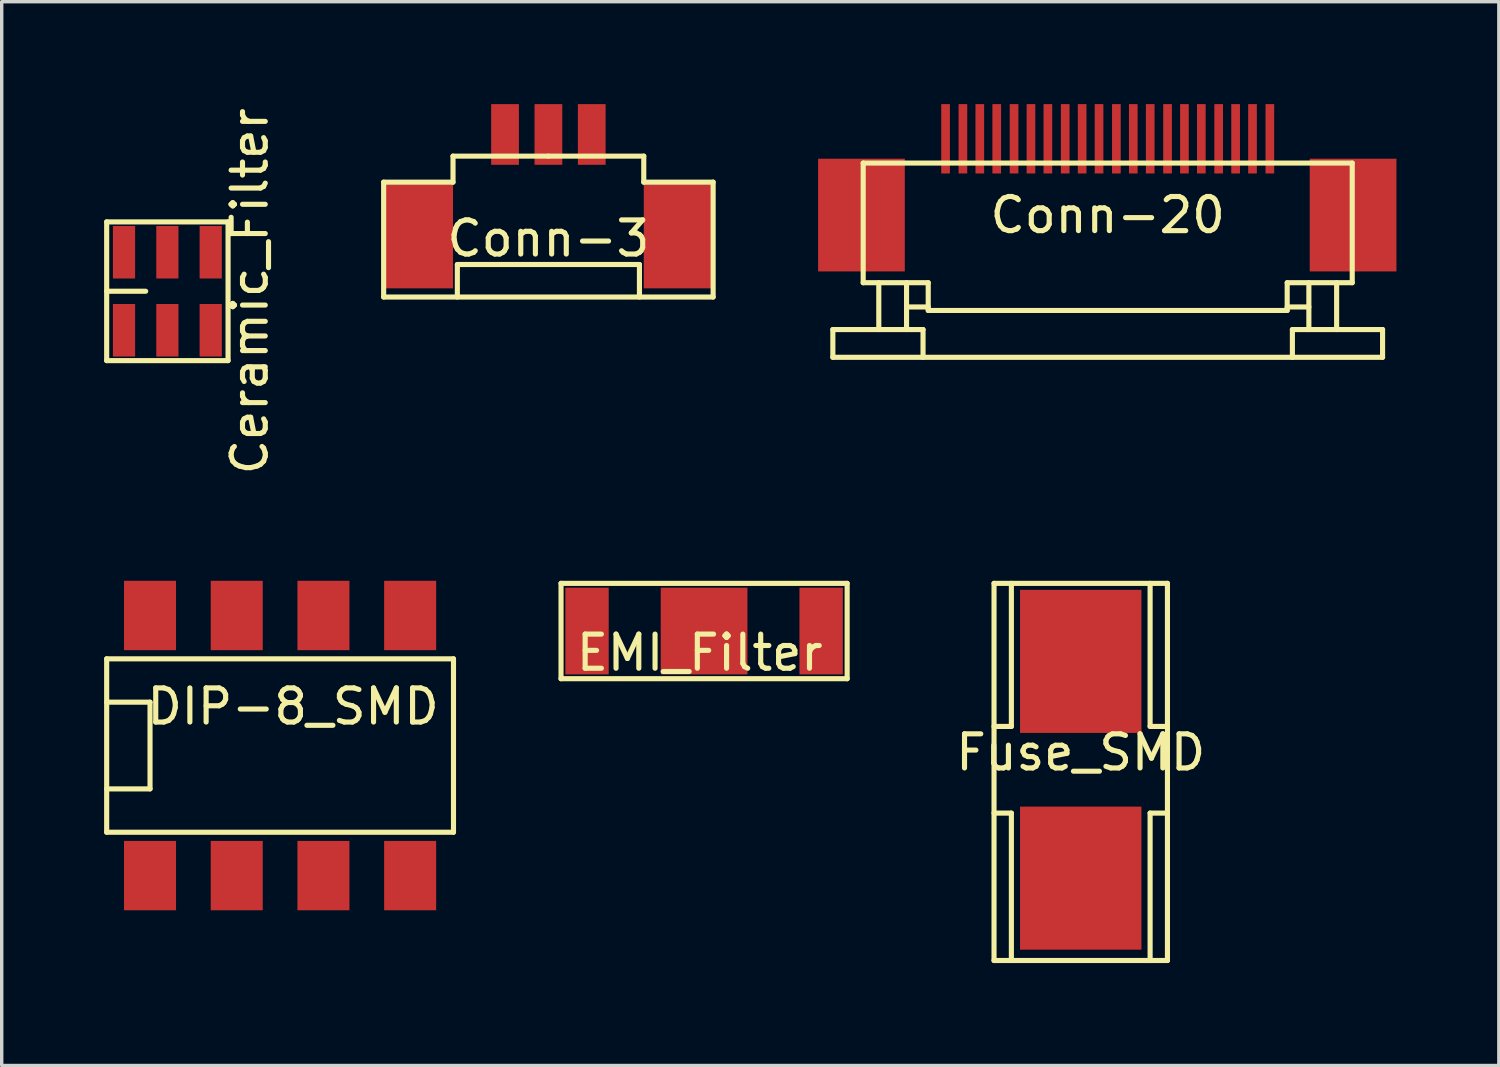
<source format=kicad_pcb>
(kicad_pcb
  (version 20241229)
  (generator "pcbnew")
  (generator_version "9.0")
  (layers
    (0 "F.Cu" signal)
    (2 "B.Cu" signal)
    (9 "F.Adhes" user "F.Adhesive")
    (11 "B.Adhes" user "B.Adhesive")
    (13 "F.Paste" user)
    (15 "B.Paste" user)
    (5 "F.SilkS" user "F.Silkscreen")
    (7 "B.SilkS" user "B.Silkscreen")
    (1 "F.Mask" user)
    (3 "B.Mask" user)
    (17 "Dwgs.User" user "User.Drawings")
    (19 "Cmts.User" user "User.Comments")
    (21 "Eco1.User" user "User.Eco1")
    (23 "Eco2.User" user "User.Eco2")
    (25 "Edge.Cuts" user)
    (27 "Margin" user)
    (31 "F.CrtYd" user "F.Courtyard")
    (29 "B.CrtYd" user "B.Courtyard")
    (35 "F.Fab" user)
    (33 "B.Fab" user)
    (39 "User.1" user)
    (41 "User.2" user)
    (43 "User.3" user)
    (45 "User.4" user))
  (footprint "Fuse_SMD"
    (layer "F.Cu")
    (at 28.61 19.5)
    (property "Reference" "Fuse_SMD" (at 0 -0.508 0) (layer "F.SilkS") (effects (font (size 1 1) (thickness 0.15))))
    (attr smd)
    (fp_line (start -2.54 -5.461) (end -2.54 5.588) (stroke (width 0.15) (type solid)) (layer "F.SilkS"))
    (fp_line (start -2.54 -5.461) (end 2.54 -5.461) (stroke (width 0.15) (type solid)) (layer "F.SilkS"))
    (fp_line (start -2.032 -5.461) (end -2.032 -1.27) (stroke (width 0.15) (type solid)) (layer "F.SilkS"))
    (fp_line (start -2.032 -1.27) (end -2.54 -1.27) (stroke (width 0.15) (type solid)) (layer "F.SilkS"))
    (fp_line (start -2.032 1.27) (end -2.54 1.27) (stroke (width 0.15) (type solid)) (layer "F.SilkS"))
    (fp_line (start -2.032 5.588) (end -2.032 1.27) (stroke (width 0.15) (type solid)) (layer "F.SilkS"))
    (fp_line (start 2.032 -5.461) (end 2.032 -1.27) (stroke (width 0.15) (type solid)) (layer "F.SilkS"))
    (fp_line (start 2.032 -1.27) (end 2.54 -1.27) (stroke (width 0.15) (type solid)) (layer "F.SilkS"))
    (fp_line (start 2.032 1.27) (end 2.54 1.27) (stroke (width 0.15) (type solid)) (layer "F.SilkS"))
    (fp_line (start 2.032 5.588) (end 2.032 1.27) (stroke (width 0.15) (type solid)) (layer "F.SilkS"))
    (fp_line (start 2.54 5.588) (end -2.54 5.588) (stroke (width 0.15) (type solid)) (layer "F.SilkS"))
    (fp_line (start 2.54 5.588) (end 2.54 -5.461) (stroke (width 0.15) (type solid)) (layer "F.SilkS"))
    (pad "1" smd rect (at 0 -3.175) (size 3.556 4.191) (layers "F.Cu" "F.Mask" "F.Paste"))
    (pad "2" smd rect (at 0 3.175) (size 3.556 4.191) (layers "F.Cu" "F.Mask" "F.Paste")))
  (footprint "EMI_Filter"
    (layer "F.Cu")
    (at 17.576 15.436)
    (property "Reference" "EMI_Filter" (at -0.127 0.635 0) (layer "F.SilkS") (effects (font (size 1 1) (thickness 0.15))))
    (attr smd)
    (fp_line (start -4.191 -1.397) (end -4.191 1.397) (stroke (width 0.15) (type solid)) (layer "F.SilkS"))
    (fp_line (start -4.191 1.397) (end 4.191 1.397) (stroke (width 0.15) (type solid)) (layer "F.SilkS"))
    (fp_line (start 4.191 -1.397) (end -4.191 -1.397) (stroke (width 0.15) (type solid)) (layer "F.SilkS"))
    (fp_line (start 4.191 1.397) (end 4.191 -1.397) (stroke (width 0.15) (type solid)) (layer "F.SilkS"))
    (pad "GND" smd rect (at 0 0) (size 2.54 2.54) (layers "F.Cu" "F.Mask" "F.Paste"))
    (pad "VI" smd rect (at -3.429 0) (size 1.27 2.54) (layers "F.Cu" "F.Mask" "F.Paste"))
    (pad "VO" smd rect (at 3.429 0) (size 1.27 2.54) (layers "F.Cu" "F.Mask" "F.Paste")))
  (footprint "DIP-8_SMD"
    (layer "F.Cu")
    (at 5.155 18.79)
    (property "Reference" "DIP-8_SMD" (at 0.381 -1.143 0) (layer "F.SilkS") (effects (font (size 1 1) (thickness 0.15))))
    (attr smd)
    (fp_line (start -5.08 -2.54) (end -5.08 2.54) (stroke (width 0.15) (type solid)) (layer "F.SilkS"))
    (fp_line (start -5.08 -1.27) (end -3.81 -1.27) (stroke (width 0.15) (type solid)) (layer "F.SilkS"))
    (fp_line (start -5.08 2.54) (end 5.08 2.54) (stroke (width 0.15) (type solid)) (layer "F.SilkS"))
    (fp_line (start -3.81 -1.27) (end -3.81 1.27) (stroke (width 0.15) (type solid)) (layer "F.SilkS"))
    (fp_line (start -3.81 1.27) (end -5.08 1.27) (stroke (width 0.15) (type solid)) (layer "F.SilkS"))
    (fp_line (start 5.08 -2.54) (end -5.08 -2.54) (stroke (width 0.15) (type solid)) (layer "F.SilkS"))
    (fp_line (start 5.08 2.54) (end 5.08 -2.54) (stroke (width 0.15) (type solid)) (layer "F.SilkS"))
    (pad "1" smd rect (at -3.81 3.81) (size 1.524 2.032) (layers "F.Cu" "F.Mask" "F.Paste"))
    (pad "2" smd rect (at -1.27 3.81) (size 1.524 2.032) (layers "F.Cu" "F.Mask" "F.Paste"))
    (pad "3" smd rect (at 1.27 3.81) (size 1.524 2.032) (layers "F.Cu" "F.Mask" "F.Paste"))
    (pad "4" smd rect (at 3.81 3.81) (size 1.524 2.032) (layers "F.Cu" "F.Mask" "F.Paste"))
    (pad "5" smd rect (at 3.81 -3.81) (size 1.524 2.032) (layers "F.Cu" "F.Mask" "F.Paste"))
    (pad "6" smd rect (at 1.27 -3.81) (size 1.524 2.032) (layers "F.Cu" "F.Mask" "F.Paste"))
    (pad "7" smd rect (at -1.27 -3.81) (size 1.524 2.032) (layers "F.Cu" "F.Mask" "F.Paste"))
    (pad "8" smd rect (at -3.81 -3.81) (size 1.524 2.032) (layers "F.Cu" "F.Mask" "F.Paste")))
  (footprint "Ceramic_Filter"
    (layer "F.Cu")
    (at 1.853 5.482)
    (property "Reference" "Ceramic_Filter" (at 2.413 0 90) (layer "F.SilkS") (effects (font (size 1 1) (thickness 0.15))))
    (attr smd)
    (fp_line (start -1.778 -2.032) (end 1.778 -2.032) (stroke (width 0.15) (type solid)) (layer "F.SilkS"))
    (fp_line (start -1.778 0) (end -0.635 0) (stroke (width 0.15) (type solid)) (layer "F.SilkS"))
    (fp_line (start -1.778 2.032) (end -1.778 -2.032) (stroke (width 0.15) (type solid)) (layer "F.SilkS"))
    (fp_line (start 1.778 -2.032) (end 1.778 2.032) (stroke (width 0.15) (type solid)) (layer "F.SilkS"))
    (fp_line (start 1.778 2.032) (end -1.778 2.032) (stroke (width 0.15) (type solid)) (layer "F.SilkS"))
    (pad "1" smd rect (at -1.27 1.143) (size 0.65 1.539) (layers "F.Cu" "F.Mask" "F.Paste"))
    (pad "2" smd rect (at 0 1.143) (size 0.65 1.539) (layers "F.Cu" "F.Mask" "F.Paste"))
    (pad "3" smd rect (at 1.27 1.143) (size 0.65 1.539) (layers "F.Cu" "F.Mask" "F.Paste"))
    (pad "4" smd rect (at 1.27 -1.143) (size 0.65 1.539) (layers "F.Cu" "F.Mask" "F.Paste"))
    (pad "5" smd rect (at 0 -1.143) (size 0.65 1.539) (layers "F.Cu" "F.Mask" "F.Paste"))
    (pad "6" smd rect (at -1.27 -1.143) (size 0.65 1.539) (layers "F.Cu" "F.Mask" "F.Paste")))
  (footprint "Conn-3"
    (layer "F.Cu")
    (at 13.015 4.318)
    (property "Reference" "Conn-3" (at 0 -0.381 0) (layer "F.SilkS") (effects (font (size 1 1) (thickness 0.15))))
    (attr smd)
    (fp_line (start -4.826 -2.032) (end -2.794 -2.032) (stroke (width 0.15) (type solid)) (layer "F.SilkS"))
    (fp_line (start -4.826 1.333) (end -4.826 -2.032) (stroke (width 0.15) (type solid)) (layer "F.SilkS"))
    (fp_line (start -2.794 -2.794) (end 0 -2.794) (stroke (width 0.15) (type solid)) (layer "F.SilkS"))
    (fp_line (start -2.794 -2.032) (end -2.794 -2.794) (stroke (width 0.15) (type solid)) (layer "F.SilkS"))
    (fp_line (start -2.667 0.381) (end -2.667 1.333) (stroke (width 0.15) (type solid)) (layer "F.SilkS"))
    (fp_line (start 0 -2.794) (end 2.794 -2.794) (stroke (width 0.15) (type solid)) (layer "F.SilkS"))
    (fp_line (start 2.667 0.381) (end -2.667 0.381) (stroke (width 0.15) (type solid)) (layer "F.SilkS"))
    (fp_line (start 2.667 1.333) (end 2.667 0.381) (stroke (width 0.15) (type solid)) (layer "F.SilkS"))
    (fp_line (start 2.794 -2.794) (end 2.794 -2.032) (stroke (width 0.15) (type solid)) (layer "F.SilkS"))
    (fp_line (start 2.794 -2.032) (end 4.826 -2.032) (stroke (width 0.15) (type solid)) (layer "F.SilkS"))
    (fp_line (start 4.826 -2.032) (end 4.826 1.333) (stroke (width 0.15) (type solid)) (layer "F.SilkS"))
    (fp_line (start 4.826 1.333) (end -4.826 1.333) (stroke (width 0.15) (type solid)) (layer "F.SilkS"))
    (pad "" smd rect (at -3.81 -0.445) (size 2.032 3.048) (layers "F.Cu" "F.Mask" "F.Paste"))
    (pad "" smd rect (at 3.81 -0.445) (size 2.032 3.048) (layers "F.Cu" "F.Mask" "F.Paste"))
    (pad "1" smd rect (at -1.27 -3.429) (size 0.813 1.778) (layers "F.Cu" "F.Mask" "F.Paste"))
    (pad "2" smd rect (at 0 -3.429) (size 0.813 1.778) (layers "F.Cu" "F.Mask" "F.Paste"))
    (pad "3" smd rect (at 1.27 -3.429) (size 0.813 1.778) (layers "F.Cu" "F.Mask" "F.Paste")))
  (footprint "Conn-20"
    (layer "F.Cu")
    (at 29.4 4.267)
    (property "Reference" "Conn-20" (at 0 -1.016 0) (layer "F.SilkS") (effects (font (size 1 1) (thickness 0.15))))
    (attr smd)
    (fp_line (start -8.052 2.337) (end -5.41 2.337) (stroke (width 0.15) (type solid)) (layer "F.SilkS"))
    (fp_line (start -8.052 3.15) (end -8.052 2.337) (stroke (width 0.15) (type solid)) (layer "F.SilkS"))
    (fp_line (start -8.052 3.15) (end 8.052 3.15) (stroke (width 0.15) (type solid)) (layer "F.SilkS"))
    (fp_line (start -7.163 -2.54) (end -7.163 0.965) (stroke (width 0.15) (type solid)) (layer "F.SilkS"))
    (fp_line (start -7.163 -2.54) (end 7.163 -2.54) (stroke (width 0.15) (type solid)) (layer "F.SilkS"))
    (fp_line (start -7.163 0.965) (end -5.258 0.965) (stroke (width 0.15) (type solid)) (layer "F.SilkS"))
    (fp_line (start -6.706 0.965) (end -6.706 2.337) (stroke (width 0.15) (type solid)) (layer "F.SilkS"))
    (fp_line (start -5.893 0.965) (end -5.893 2.337) (stroke (width 0.15) (type solid)) (layer "F.SilkS"))
    (fp_line (start -5.41 2.337) (end -5.41 3.15) (stroke (width 0.15) (type solid)) (layer "F.SilkS"))
    (fp_line (start -5.258 0.965) (end -5.258 1.778) (stroke (width 0.15) (type solid)) (layer "F.SilkS"))
    (fp_line (start -5.258 1.676) (end -5.893 1.676) (stroke (width 0.15) (type solid)) (layer "F.SilkS"))
    (fp_line (start -5.258 1.778) (end 5.258 1.778) (stroke (width 0.15) (type solid)) (layer "F.SilkS"))
    (fp_line (start 5.258 0.965) (end 7.163 0.965) (stroke (width 0.15) (type solid)) (layer "F.SilkS"))
    (fp_line (start 5.258 1.676) (end 5.893 1.676) (stroke (width 0.15) (type solid)) (layer "F.SilkS"))
    (fp_line (start 5.258 1.778) (end 5.258 0.965) (stroke (width 0.15) (type solid)) (layer "F.SilkS"))
    (fp_line (start 5.41 2.337) (end 5.41 3.15) (stroke (width 0.15) (type solid)) (layer "F.SilkS"))
    (fp_line (start 5.893 0.965) (end 5.893 2.337) (stroke (width 0.15) (type solid)) (layer "F.SilkS"))
    (fp_line (start 6.706 0.965) (end 6.706 2.337) (stroke (width 0.15) (type solid)) (layer "F.SilkS"))
    (fp_line (start 7.163 0.965) (end 7.163 -2.54) (stroke (width 0.15) (type solid)) (layer "F.SilkS"))
    (fp_line (start 8.052 2.337) (end 5.41 2.337) (stroke (width 0.15) (type solid)) (layer "F.SilkS"))
    (fp_line (start 8.052 3.15) (end 8.052 2.337) (stroke (width 0.15) (type solid)) (layer "F.SilkS"))
    (pad "" smd rect (at -7.214 -1.016) (size 2.54 3.302) (layers "F.Cu" "F.Mask" "F.Paste"))
    (pad "" smd rect (at 7.188 -1.016) (size 2.54 3.302) (layers "F.Cu" "F.Mask" "F.Paste"))
    (pad "1" smd rect (at -4.75 -3.251) (size 0.254 2.032) (layers "F.Cu" "F.Mask" "F.Paste"))
    (pad "2" smd rect (at -4.242 -3.251) (size 0.254 2.032) (layers "F.Cu" "F.Mask" "F.Paste"))
    (pad "3" smd rect (at -3.747 -3.251) (size 0.254 2.032) (layers "F.Cu" "F.Mask" "F.Paste"))
    (pad "4" smd rect (at -3.251 -3.251) (size 0.254 2.032) (layers "F.Cu" "F.Mask" "F.Paste"))
    (pad "5" smd rect (at -2.743 -3.251) (size 0.254 2.032) (layers "F.Cu" "F.Mask" "F.Paste"))
    (pad "6" smd rect (at -2.248 -3.251) (size 0.254 2.032) (layers "F.Cu" "F.Mask" "F.Paste"))
    (pad "7" smd rect (at -1.753 -3.251) (size 0.254 2.032) (layers "F.Cu" "F.Mask" "F.Paste"))
    (pad "8" smd rect (at -1.245 -3.251) (size 0.254 2.032) (layers "F.Cu" "F.Mask" "F.Paste"))
    (pad "9" smd rect (at -0.749 -3.251) (size 0.254 2.032) (layers "F.Cu" "F.Mask" "F.Paste"))
    (pad "10" smd rect (at -0.254 -3.251) (size 0.254 2.032) (layers "F.Cu" "F.Mask" "F.Paste"))
    (pad "11" smd rect (at 0.254 -3.251) (size 0.254 2.032) (layers "F.Cu" "F.Mask" "F.Paste"))
    (pad "12" smd rect (at 0.749 -3.251) (size 0.254 2.032) (layers "F.Cu" "F.Mask" "F.Paste"))
    (pad "13" smd rect (at 1.245 -3.251) (size 0.254 2.032) (layers "F.Cu" "F.Mask" "F.Paste"))
    (pad "14" smd rect (at 1.753 -3.251) (size 0.254 2.032) (layers "F.Cu" "F.Mask" "F.Paste"))
    (pad "15" smd rect (at 2.248 -3.251) (size 0.254 2.032) (layers "F.Cu" "F.Mask" "F.Paste"))
    (pad "16" smd rect (at 2.743 -3.251) (size 0.254 2.032) (layers "F.Cu" "F.Mask" "F.Paste"))
    (pad "17" smd rect (at 3.251 -3.251) (size 0.254 2.032) (layers "F.Cu" "F.Mask" "F.Paste"))
    (pad "18" smd rect (at 3.747 -3.251) (size 0.254 2.032) (layers "F.Cu" "F.Mask" "F.Paste"))
    (pad "19" smd rect (at 4.242 -3.251) (size 0.254 2.032) (layers "F.Cu" "F.Mask" "F.Paste"))
    (pad "20" smd rect (at 4.75 -3.251) (size 0.254 2.032) (layers "F.Cu" "F.Mask" "F.Paste")))
  (gr_rect
    (start -3 -3)
    (end 40.858 28.163)
    (stroke (width 0.1) (type default))
    (fill no)
    (layer "Edge.Cuts")))
</source>
